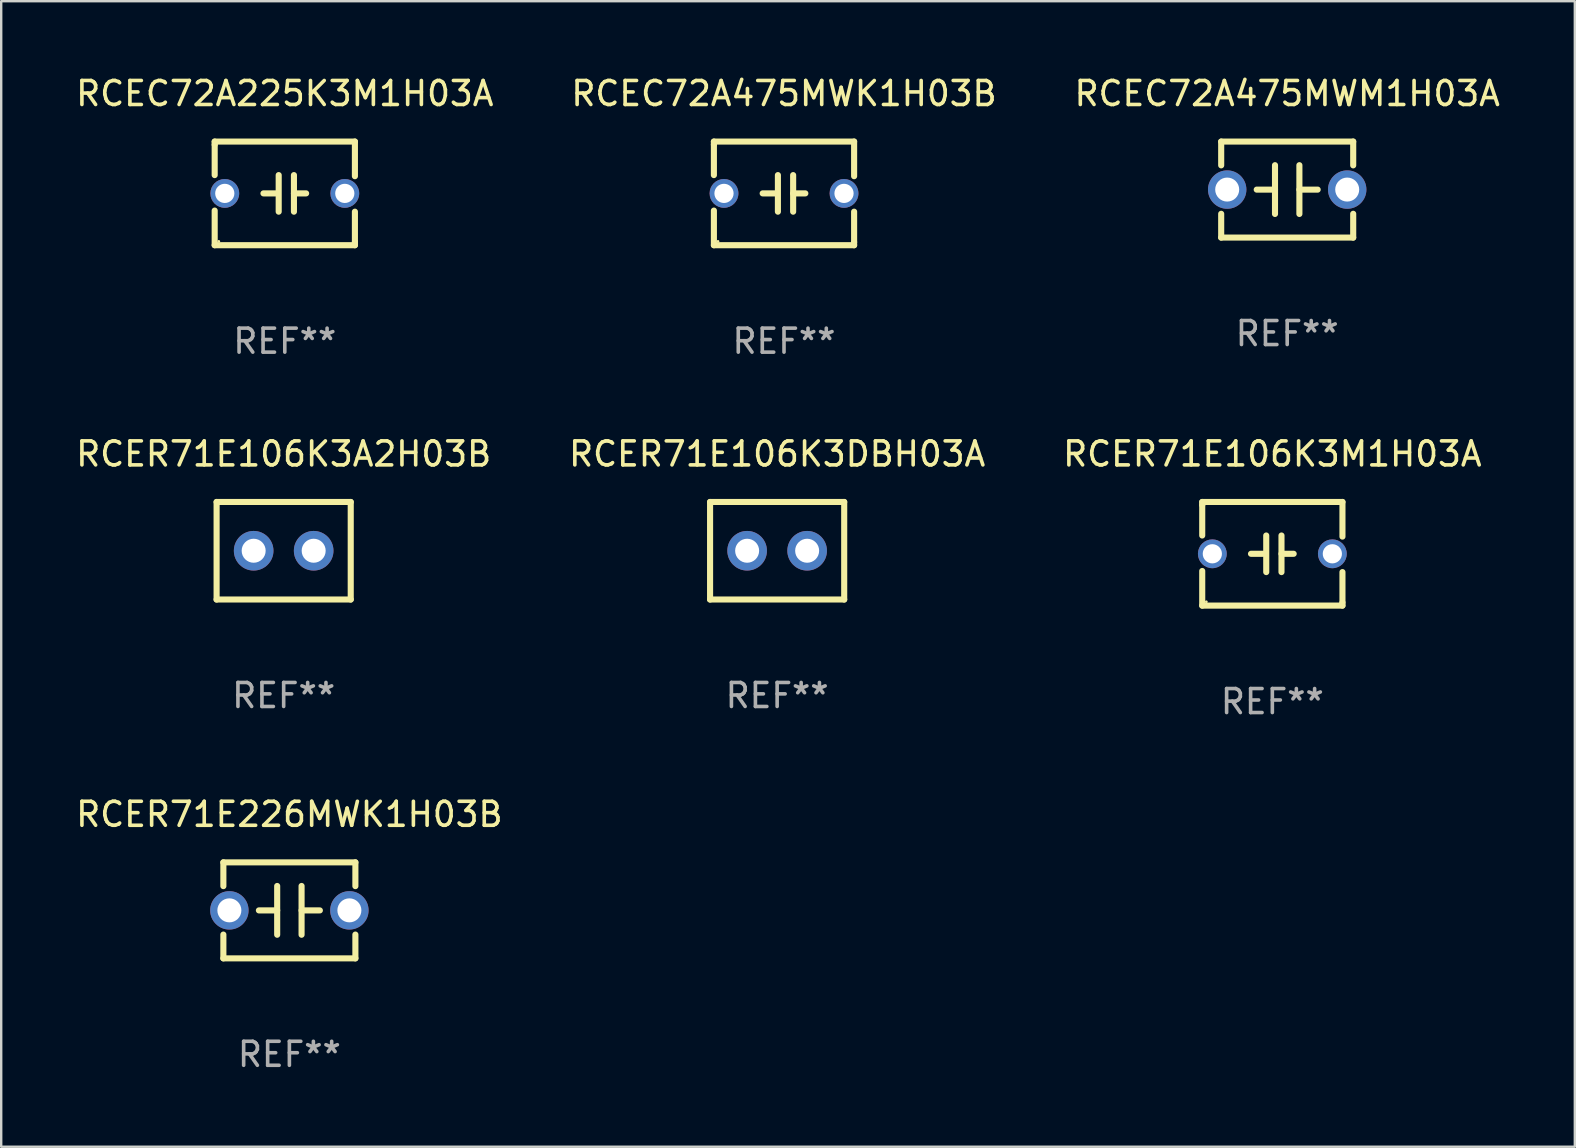
<source format=kicad_pcb>
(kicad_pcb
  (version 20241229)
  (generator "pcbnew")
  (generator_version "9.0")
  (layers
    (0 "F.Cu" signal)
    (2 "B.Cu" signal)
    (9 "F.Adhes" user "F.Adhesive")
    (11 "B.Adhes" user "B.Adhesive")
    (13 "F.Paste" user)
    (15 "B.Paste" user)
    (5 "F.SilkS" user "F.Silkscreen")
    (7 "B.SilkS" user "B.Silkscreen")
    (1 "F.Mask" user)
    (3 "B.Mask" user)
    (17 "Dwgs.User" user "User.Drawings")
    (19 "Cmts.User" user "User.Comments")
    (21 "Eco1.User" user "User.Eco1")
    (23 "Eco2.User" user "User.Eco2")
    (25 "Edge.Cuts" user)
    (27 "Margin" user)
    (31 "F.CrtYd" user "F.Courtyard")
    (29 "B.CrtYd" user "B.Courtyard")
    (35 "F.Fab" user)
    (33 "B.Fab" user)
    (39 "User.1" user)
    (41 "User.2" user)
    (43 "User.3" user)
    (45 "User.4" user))
  (footprint "RCEC72A225K3M1H03A"
    (layer "F.Cu")
    (at 8.815 5.007)
    (property "Reference" "RCEC72A225K3M1H03A" (at 0 -4.159 0) (layer "F.SilkS") (effects (font (size 1 1) (thickness 0.15))))
    (attr through_hole)
    (fp_line (start -2.921 -2.159) (end 2.921 -2.159) (stroke (width 0.254) (type solid)) (layer "F.SilkS"))
    (fp_line (start -2.921 -2.032) (end -2.921 -2.159) (stroke (width 0.254) (type solid)) (layer "F.SilkS"))
    (fp_line (start -2.921 -0.762) (end -2.921 -2.032) (stroke (width 0.254) (type solid)) (layer "F.SilkS"))
    (fp_line (start -2.921 2.159) (end -2.921 0.716) (stroke (width 0.254) (type solid)) (layer "F.SilkS"))
    (fp_line (start -0.381 -0.000025) (end -0.889 -0.000025) (stroke (width 0.254) (type solid)) (layer "F.SilkS"))
    (fp_line (start -0.254 -0.762) (end -0.254 0.762) (stroke (width 0.254) (type solid)) (layer "F.SilkS"))
    (fp_line (start 0.381 -0.762) (end 0.381 0.762) (stroke (width 0.254) (type solid)) (layer "F.SilkS"))
    (fp_line (start 0.381 0.000025) (end 0.889 0.000025) (stroke (width 0.254) (type solid)) (layer "F.SilkS"))
    (fp_line (start 2.921 -2.159) (end 2.921 -0.716) (stroke (width 0.254) (type solid)) (layer "F.SilkS"))
    (fp_line (start 2.921 0.762) (end 2.921 2.032) (stroke (width 0.254) (type solid)) (layer "F.SilkS"))
    (fp_line (start 2.921 2.032) (end 2.921 2.159) (stroke (width 0.254) (type solid)) (layer "F.SilkS"))
    (fp_line (start 2.921 2.159) (end -2.921 2.159) (stroke (width 0.254) (type solid)) (layer "F.SilkS"))
    (fp_circle (center -2.75 2) (end -2.72 2) (stroke (width 0.06) (type solid)) (fill no) (layer "F.SilkS"))
    (fp_text user "REF**" (at 0 6.159 0) (layer "F.Fab") (effects (font (size 1 1) (thickness 0.15))))
    (pad "1" thru_hole circle (at -2.5 0) (size 1.2 1.2) (drill 0.8) (layers "*.Cu" "*.Mask"))
    (pad "2" thru_hole circle (at 2.5 0) (size 1.2 1.2) (drill 0.8) (layers "*.Cu" "*.Mask")))
  (footprint "RCER71E226MWK1H03B"
    (layer "F.Cu")
    (at 9.006 34.877)
    (property "Reference" "RCER71E226MWK1H03B" (at 0 -4 0) (layer "F.SilkS") (effects (font (size 1 1) (thickness 0.15))))
    (attr through_hole)
    (fp_line (start -2.75 -2) (end -2.75 -1.009) (stroke (width 0.254) (type solid)) (layer "F.SilkS"))
    (fp_line (start -2.75 -2) (end 2.75 -2) (stroke (width 0.254) (type solid)) (layer "F.SilkS"))
    (fp_line (start -2.75 1.009) (end -2.75 2) (stroke (width 0.254) (type solid)) (layer "F.SilkS"))
    (fp_line (start -0.508 -1.016) (end -0.508 1.016) (stroke (width 0.254) (type solid)) (layer "F.SilkS"))
    (fp_line (start -0.508 0.002) (end -1.27 0.002) (stroke (width 0.254) (type solid)) (layer "F.SilkS"))
    (fp_line (start 0.508 0.002) (end 1.27 0.002) (stroke (width 0.254) (type solid)) (layer "F.SilkS"))
    (fp_line (start 0.508 1.016) (end 0.508 -1.016) (stroke (width 0.254) (type solid)) (layer "F.SilkS"))
    (fp_line (start 2.75 2) (end -2.75 2) (stroke (width 0.254) (type solid)) (layer "F.SilkS"))
    (fp_line (start 2.75 -2) (end 2.75 -1.009) (stroke (width 0.254) (type solid)) (layer "F.SilkS"))
    (fp_line (start 2.75 1.009) (end 2.75 2) (stroke (width 0.254) (type solid)) (layer "F.SilkS"))
    (fp_circle (center -2.75 2) (end -2.72 2) (stroke (width 0.06) (type solid)) (fill no) (layer "F.SilkS"))
    (fp_text user "REF**" (at 0 6 0) (layer "F.Fab") (effects (font (size 1 1) (thickness 0.15))))
    (pad "1" thru_hole circle (at -2.5 0) (size 1.6 1.6) (drill 1) (layers "*.Cu" "*.Mask"))
    (pad "2" thru_hole circle (at 2.5 0) (size 1.6 1.6) (drill 1) (layers "*.Cu" "*.Mask")))
  (footprint "RCER71E106K3DBH03A"
    (layer "F.Cu")
    (at 29.327 19.895)
    (property "Reference" "RCER71E106K3DBH03A" (at 0 -4.032 0) (layer "F.SilkS") (effects (font (size 1 1) (thickness 0.15))))
    (attr through_hole)
    (fp_line (start -2.794 -2.032) (end -2.794 2.032) (stroke (width 0.254) (type solid)) (layer "F.SilkS"))
    (fp_line (start -2.794 2.032) (end 2.794 2.032) (stroke (width 0.254) (type solid)) (layer "F.SilkS"))
    (fp_line (start 2.794 -2.032) (end -2.794 -2.032) (stroke (width 0.254) (type solid)) (layer "F.SilkS"))
    (fp_line (start 2.794 2.032) (end 2.794 -2.032) (stroke (width 0.254) (type solid)) (layer "F.SilkS"))
    (fp_circle (center -2.75 2) (end -2.72 2) (stroke (width 0.06) (type solid)) (fill no) (layer "F.SilkS"))
    (fp_text user "REF**" (at 0 6.032 0) (layer "F.Fab") (effects (font (size 1 1) (thickness 0.15))))
    (pad "1" thru_hole circle (at -1.25 0) (size 1.65 1.65) (drill 1) (layers "*.Cu" "*.Mask"))
    (pad "2" thru_hole circle (at 1.25 0) (size 1.65 1.65) (drill 1) (layers "*.Cu" "*.Mask")))
  (footprint "RCEC72A475MWK1H03B"
    (layer "F.Cu")
    (at 29.613 5.007)
    (property "Reference" "RCEC72A475MWK1H03B" (at 0 -4.159 0) (layer "F.SilkS") (effects (font (size 1 1) (thickness 0.15))))
    (attr through_hole)
    (fp_line (start -2.921 -2.159) (end 2.921 -2.159) (stroke (width 0.254) (type solid)) (layer "F.SilkS"))
    (fp_line (start -2.921 -2.032) (end -2.921 -2.159) (stroke (width 0.254) (type solid)) (layer "F.SilkS"))
    (fp_line (start -2.921 -0.762) (end -2.921 -2.032) (stroke (width 0.254) (type solid)) (layer "F.SilkS"))
    (fp_line (start -2.921 2.159) (end -2.921 0.716) (stroke (width 0.254) (type solid)) (layer "F.SilkS"))
    (fp_line (start -0.381 -0.000025) (end -0.889 -0.000025) (stroke (width 0.254) (type solid)) (layer "F.SilkS"))
    (fp_line (start -0.254 -0.762) (end -0.254 0.762) (stroke (width 0.254) (type solid)) (layer "F.SilkS"))
    (fp_line (start 0.381 -0.762) (end 0.381 0.762) (stroke (width 0.254) (type solid)) (layer "F.SilkS"))
    (fp_line (start 0.381 0.000025) (end 0.889 0.000025) (stroke (width 0.254) (type solid)) (layer "F.SilkS"))
    (fp_line (start 2.921 -2.159) (end 2.921 -0.716) (stroke (width 0.254) (type solid)) (layer "F.SilkS"))
    (fp_line (start 2.921 0.762) (end 2.921 2.032) (stroke (width 0.254) (type solid)) (layer "F.SilkS"))
    (fp_line (start 2.921 2.032) (end 2.921 2.159) (stroke (width 0.254) (type solid)) (layer "F.SilkS"))
    (fp_line (start 2.921 2.159) (end -2.921 2.159) (stroke (width 0.254) (type solid)) (layer "F.SilkS"))
    (fp_circle (center -2.75 2) (end -2.72 2) (stroke (width 0.06) (type solid)) (fill no) (layer "F.SilkS"))
    (fp_text user "REF**" (at 0 6.159 0) (layer "F.Fab") (effects (font (size 1 1) (thickness 0.15))))
    (pad "1" thru_hole circle (at -2.5 0) (size 1.2 1.2) (drill 0.8) (layers "*.Cu" "*.Mask"))
    (pad "2" thru_hole circle (at 2.5 0) (size 1.2 1.2) (drill 0.8) (layers "*.Cu" "*.Mask")))
  (footprint "RCER71E106K3A2H03B"
    (layer "F.Cu")
    (at 8.768 19.895)
    (property "Reference" "RCER71E106K3A2H03B" (at 0 -4.032 0) (layer "F.SilkS") (effects (font (size 1 1) (thickness 0.15))))
    (attr through_hole)
    (fp_line (start -2.794 -2.032) (end -2.794 2.032) (stroke (width 0.254) (type solid)) (layer "F.SilkS"))
    (fp_line (start -2.794 2.032) (end 2.794 2.032) (stroke (width 0.254) (type solid)) (layer "F.SilkS"))
    (fp_line (start 2.794 -2.032) (end -2.794 -2.032) (stroke (width 0.254) (type solid)) (layer "F.SilkS"))
    (fp_line (start 2.794 2.032) (end 2.794 -2.032) (stroke (width 0.254) (type solid)) (layer "F.SilkS"))
    (fp_circle (center -2.75 2) (end -2.72 2) (stroke (width 0.06) (type solid)) (fill no) (layer "F.SilkS"))
    (fp_text user "REF**" (at 0 6.032 0) (layer "F.Fab") (effects (font (size 1 1) (thickness 0.15))))
    (pad "1" thru_hole circle (at -1.25 0) (size 1.65 1.65) (drill 1) (layers "*.Cu" "*.Mask"))
    (pad "2" thru_hole circle (at 1.25 0) (size 1.65 1.65) (drill 1) (layers "*.Cu" "*.Mask")))
  (footprint "RCEC72A475MWM1H03A"
    (layer "F.Cu")
    (at 50.577 4.848)
    (property "Reference" "RCEC72A475MWM1H03A" (at 0 -4 0) (layer "F.SilkS") (effects (font (size 1 1) (thickness 0.15))))
    (attr through_hole)
    (fp_line (start -2.75 -2) (end -2.75 -1.009) (stroke (width 0.254) (type solid)) (layer "F.SilkS"))
    (fp_line (start -2.75 -2) (end 2.75 -2) (stroke (width 0.254) (type solid)) (layer "F.SilkS"))
    (fp_line (start -2.75 1.009) (end -2.75 2) (stroke (width 0.254) (type solid)) (layer "F.SilkS"))
    (fp_line (start -0.508 -1.016) (end -0.508 1.016) (stroke (width 0.254) (type solid)) (layer "F.SilkS"))
    (fp_line (start -0.508 0.002) (end -1.27 0.002) (stroke (width 0.254) (type solid)) (layer "F.SilkS"))
    (fp_line (start 0.508 0.002) (end 1.27 0.002) (stroke (width 0.254) (type solid)) (layer "F.SilkS"))
    (fp_line (start 0.508 1.016) (end 0.508 -1.016) (stroke (width 0.254) (type solid)) (layer "F.SilkS"))
    (fp_line (start 2.75 2) (end -2.75 2) (stroke (width 0.254) (type solid)) (layer "F.SilkS"))
    (fp_line (start 2.75 -2) (end 2.75 -1.009) (stroke (width 0.254) (type solid)) (layer "F.SilkS"))
    (fp_line (start 2.75 1.009) (end 2.75 2) (stroke (width 0.254) (type solid)) (layer "F.SilkS"))
    (fp_circle (center -2.75 2) (end -2.72 2) (stroke (width 0.06) (type solid)) (fill no) (layer "F.SilkS"))
    (fp_text user "REF**" (at 0 6 0) (layer "F.Fab") (effects (font (size 1 1) (thickness 0.15))))
    (pad "1" thru_hole circle (at -2.5 0) (size 1.6 1.6) (drill 1) (layers "*.Cu" "*.Mask"))
    (pad "2" thru_hole circle (at 2.5 0) (size 1.6 1.6) (drill 1) (layers "*.Cu" "*.Mask")))
  (footprint "RCER71E106K3M1H03A"
    (layer "F.Cu")
    (at 49.958 20.022)
    (property "Reference" "RCER71E106K3M1H03A" (at 0 -4.159 0) (layer "F.SilkS") (effects (font (size 1 1) (thickness 0.15))))
    (attr through_hole)
    (fp_line (start -2.921 -2.159) (end 2.921 -2.159) (stroke (width 0.254) (type solid)) (layer "F.SilkS"))
    (fp_line (start -2.921 -2.032) (end -2.921 -2.159) (stroke (width 0.254) (type solid)) (layer "F.SilkS"))
    (fp_line (start -2.921 -0.762) (end -2.921 -2.032) (stroke (width 0.254) (type solid)) (layer "F.SilkS"))
    (fp_line (start -2.921 2.159) (end -2.921 0.716) (stroke (width 0.254) (type solid)) (layer "F.SilkS"))
    (fp_line (start -0.381 -0.000025) (end -0.889 -0.000025) (stroke (width 0.254) (type solid)) (layer "F.SilkS"))
    (fp_line (start -0.254 -0.762) (end -0.254 0.762) (stroke (width 0.254) (type solid)) (layer "F.SilkS"))
    (fp_line (start 0.381 -0.762) (end 0.381 0.762) (stroke (width 0.254) (type solid)) (layer "F.SilkS"))
    (fp_line (start 0.381 0.000025) (end 0.889 0.000025) (stroke (width 0.254) (type solid)) (layer "F.SilkS"))
    (fp_line (start 2.921 -2.159) (end 2.921 -0.716) (stroke (width 0.254) (type solid)) (layer "F.SilkS"))
    (fp_line (start 2.921 0.762) (end 2.921 2.032) (stroke (width 0.254) (type solid)) (layer "F.SilkS"))
    (fp_line (start 2.921 2.032) (end 2.921 2.159) (stroke (width 0.254) (type solid)) (layer "F.SilkS"))
    (fp_line (start 2.921 2.159) (end -2.921 2.159) (stroke (width 0.254) (type solid)) (layer "F.SilkS"))
    (fp_circle (center -2.75 2) (end -2.72 2) (stroke (width 0.06) (type solid)) (fill no) (layer "F.SilkS"))
    (fp_text user "REF**" (at 0 6.159 0) (layer "F.Fab") (effects (font (size 1 1) (thickness 0.15))))
    (pad "1" thru_hole circle (at -2.5 0) (size 1.2 1.2) (drill 0.8) (layers "*.Cu" "*.Mask"))
    (pad "2" thru_hole circle (at 2.5 0) (size 1.2 1.2) (drill 0.8) (layers "*.Cu" "*.Mask")))
  (gr_rect
    (start -3 -3)
    (end 62.56 44.726)
    (stroke (width 0.1) (type default))
    (fill no)
    (layer "Edge.Cuts")))
</source>
